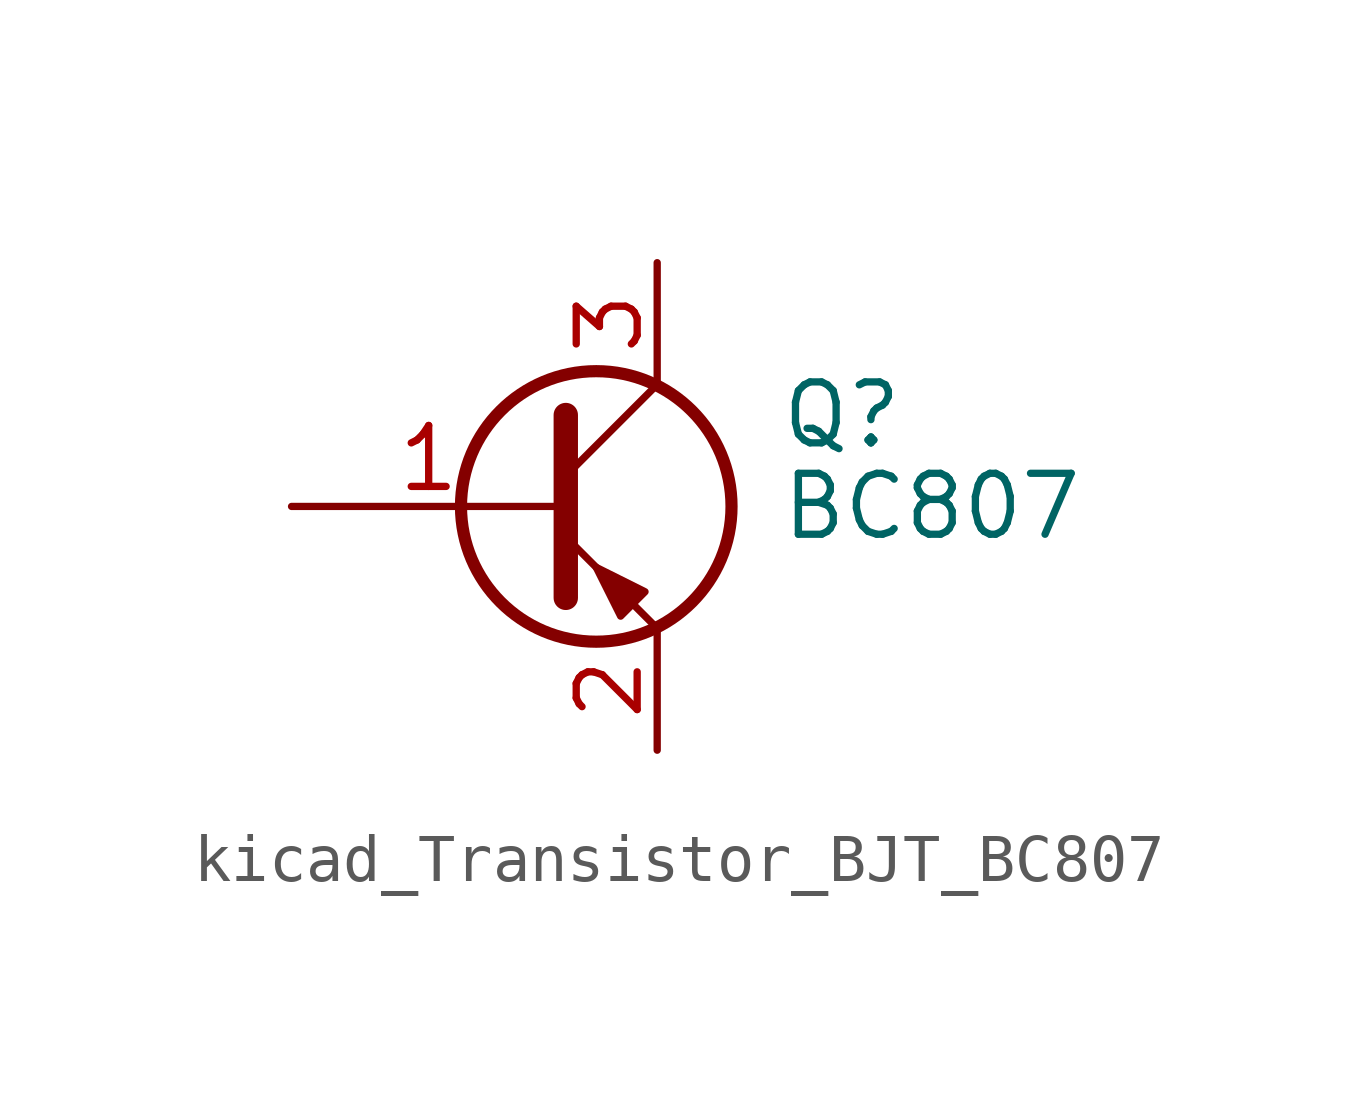
<source format=kicad_sym>
(kicad_symbol_lib
  (version 20220914)
  (generator kicad_symbol_editor)
  (symbol "kicad_Transistor_BJT_BC807"
    (pin_names
      (offset 0) hide)
    (property "Reference" "Q"
      (at 5.08 1.905 0)
      (effects (font (size 1.27 1.27)) (justify left)))
    (property "Value" "BC807"
      (at 5.08 0 0)
      (effects (font (size 1.27 1.27)) (justify left)))
    (symbol "kicad_Transistor_BJT_BC807_0_1"
      (polyline (pts (xy 0.635 0.635) (xy 2.54 2.54)) (stroke (width 0) (type default)) (fill (type none)))
      (polyline (pts (xy 0.635 -0.635) (xy 2.54 -2.54) (xy 2.54 -2.54)) (stroke (width 0) (type default)) (fill (type none)))
      (polyline (pts (xy 0.635 1.905) (xy 0.635 -1.905) (xy 0.635 -1.905)) (stroke (width 0.508) (type default)) (fill (type none)))
      (polyline (pts (xy 2.286 -1.778) (xy 1.778 -2.286) (xy 1.27 -1.27) (xy 2.286 -1.778) (xy 2.286 -1.778)) (stroke (width 0) (type default)) (fill (type outline)))
      (circle (center 1.27 0) (radius 2.819) (stroke (width 0.254) (type default)) (fill (type none))))
    (symbol "kicad_Transistor_BJT_BC807_1_1"
      (pin input line (at -5.08 0 0) (length 5.715) (name "B" (effects (font (size 1.27 1.27)))) (number "1" (effects (font (size 1.27 1.27)))))
      (pin passive line (at 2.54 -5.08 90) (length 2.54) (name "E" (effects (font (size 1.27 1.27)))) (number "2" (effects (font (size 1.27 1.27)))))
      (pin passive line (at 2.54 5.08 270) (length 2.54) (name "C" (effects (font (size 1.27 1.27)))) (number "3" (effects (font (size 1.27 1.27))))))))
</source>
